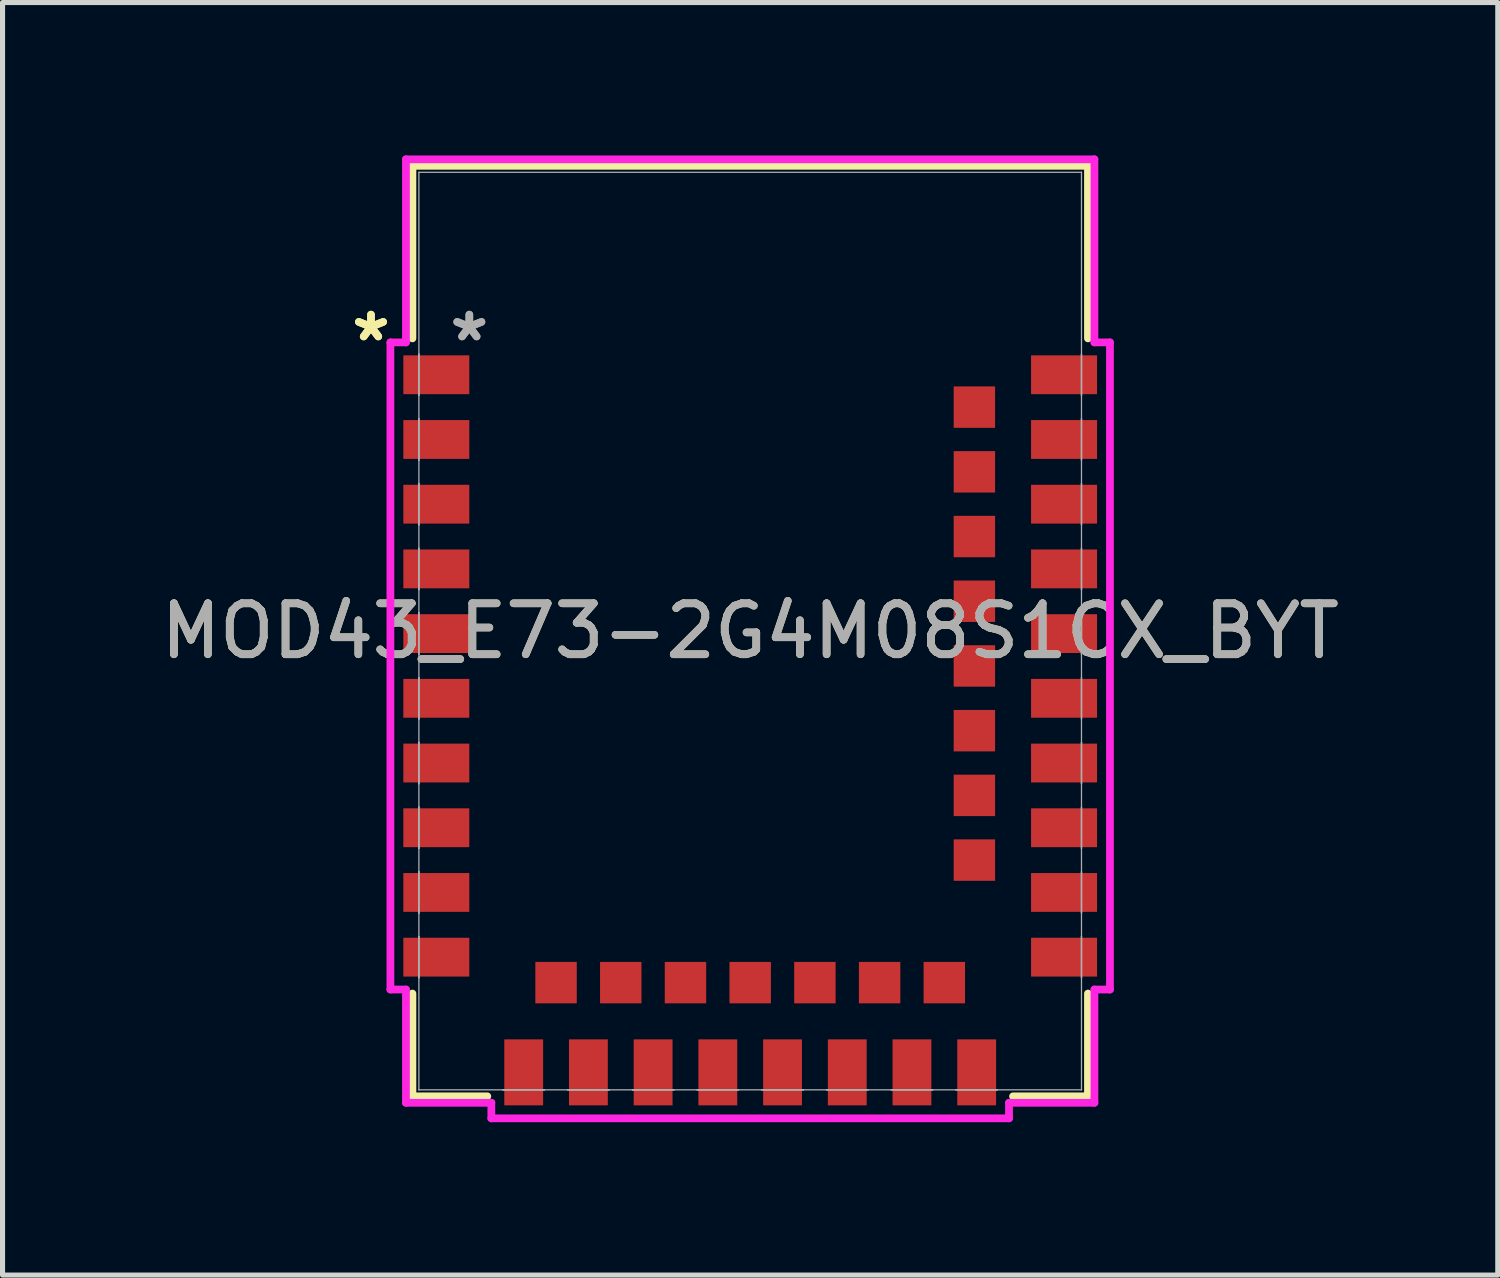
<source format=kicad_pcb>
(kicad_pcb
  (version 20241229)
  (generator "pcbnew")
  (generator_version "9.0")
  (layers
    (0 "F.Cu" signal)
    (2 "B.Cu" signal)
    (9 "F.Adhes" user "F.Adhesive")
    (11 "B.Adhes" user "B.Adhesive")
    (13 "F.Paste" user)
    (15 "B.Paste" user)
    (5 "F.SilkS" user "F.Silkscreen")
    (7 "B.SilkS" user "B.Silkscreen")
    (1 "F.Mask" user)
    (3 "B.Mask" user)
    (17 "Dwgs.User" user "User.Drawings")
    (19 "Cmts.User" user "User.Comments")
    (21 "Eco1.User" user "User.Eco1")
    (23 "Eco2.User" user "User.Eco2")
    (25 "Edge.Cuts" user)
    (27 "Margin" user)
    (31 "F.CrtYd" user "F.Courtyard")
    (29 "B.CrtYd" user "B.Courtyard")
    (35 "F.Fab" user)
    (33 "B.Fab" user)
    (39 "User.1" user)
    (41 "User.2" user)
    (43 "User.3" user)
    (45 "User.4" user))
  (footprint "MOD43_E73-2G4M08S1CX_BYT"
    (layer "F.Cu")
    (at 11.673 9.335)
    (property "Reference" "MOD43_E73-2G4M08S1CX_BYT" (at 0 0 0) (unlocked yes) (layer "F.SilkS") (effects (font (size 1 1) (thickness 0.15))))
    (attr smd)
    (fp_line (start -6.629 -9.131) (end 6.629 -9.131) (stroke (width 0.152) (type solid)) (layer "F.SilkS"))
    (fp_line (start -6.629 -5.744) (end -6.629 -9.131) (stroke (width 0.152) (type solid)) (layer "F.SilkS"))
    (fp_line (start -6.629 9.131) (end -6.629 7.114) (stroke (width 0.152) (type solid)) (layer "F.SilkS"))
    (fp_line (start -5.159 9.131) (end -6.629 9.131) (stroke (width 0.152) (type solid)) (layer "F.SilkS"))
    (fp_line (start 6.629 -9.131) (end 6.629 -5.744) (stroke (width 0.152) (type solid)) (layer "F.SilkS"))
    (fp_line (start 6.629 7.114) (end 6.629 9.131) (stroke (width 0.152) (type solid)) (layer "F.SilkS"))
    (fp_line (start 6.629 9.131) (end 5.159 9.131) (stroke (width 0.152) (type solid)) (layer "F.SilkS"))
    (fp_line (start -7.061 -5.665) (end -7.061 7.035) (stroke (width 0.152) (type solid)) (layer "F.CrtYd"))
    (fp_line (start -7.061 7.035) (end -6.756 7.035) (stroke (width 0.152) (type solid)) (layer "F.CrtYd"))
    (fp_line (start -6.756 -9.258) (end -6.756 -5.665) (stroke (width 0.152) (type solid)) (layer "F.CrtYd"))
    (fp_line (start -6.756 -5.665) (end -7.061 -5.665) (stroke (width 0.152) (type solid)) (layer "F.CrtYd"))
    (fp_line (start -6.756 7.035) (end -6.756 9.258) (stroke (width 0.152) (type solid)) (layer "F.CrtYd"))
    (fp_line (start -6.756 9.258) (end -5.08 9.258) (stroke (width 0.152) (type solid)) (layer "F.CrtYd"))
    (fp_line (start -5.08 9.258) (end -5.08 9.563) (stroke (width 0.152) (type solid)) (layer "F.CrtYd"))
    (fp_line (start -5.08 9.563) (end 5.08 9.563) (stroke (width 0.152) (type solid)) (layer "F.CrtYd"))
    (fp_line (start 5.08 9.258) (end 6.756 9.258) (stroke (width 0.152) (type solid)) (layer "F.CrtYd"))
    (fp_line (start 5.08 9.563) (end 5.08 9.258) (stroke (width 0.152) (type solid)) (layer "F.CrtYd"))
    (fp_line (start 6.756 -9.258) (end -6.756 -9.258) (stroke (width 0.152) (type solid)) (layer "F.CrtYd"))
    (fp_line (start 6.756 -5.665) (end 6.756 -9.258) (stroke (width 0.152) (type solid)) (layer "F.CrtYd"))
    (fp_line (start 6.756 7.035) (end 7.061 7.035) (stroke (width 0.152) (type solid)) (layer "F.CrtYd"))
    (fp_line (start 6.756 9.258) (end 6.756 7.035) (stroke (width 0.152) (type solid)) (layer "F.CrtYd"))
    (fp_line (start 7.061 -5.665) (end 6.756 -5.665) (stroke (width 0.152) (type solid)) (layer "F.CrtYd"))
    (fp_line (start 7.061 7.035) (end 7.061 -5.665) (stroke (width 0.152) (type solid)) (layer "F.CrtYd"))
    (fp_line (start -6.502 -9.004) (end -6.502 9.004) (stroke (width 0.025) (type solid)) (layer "F.Fab"))
    (fp_line (start -6.502 -5.436) (end -6.502 -5.436) (stroke (width 0.025) (type solid)) (layer "F.Fab"))
    (fp_line (start -6.502 -5.436) (end -6.502 -4.624) (stroke (width 0.025) (type solid)) (layer "F.Fab"))
    (fp_line (start -6.502 -4.624) (end -6.502 -5.436) (stroke (width 0.025) (type solid)) (layer "F.Fab"))
    (fp_line (start -6.502 -4.624) (end -6.502 -4.624) (stroke (width 0.025) (type solid)) (layer "F.Fab"))
    (fp_line (start -6.502 -4.166) (end -6.502 -4.166) (stroke (width 0.025) (type solid)) (layer "F.Fab"))
    (fp_line (start -6.502 -4.166) (end -6.502 -3.354) (stroke (width 0.025) (type solid)) (layer "F.Fab"))
    (fp_line (start -6.502 -3.354) (end -6.502 -4.166) (stroke (width 0.025) (type solid)) (layer "F.Fab"))
    (fp_line (start -6.502 -3.354) (end -6.502 -3.354) (stroke (width 0.025) (type solid)) (layer "F.Fab"))
    (fp_line (start -6.502 -2.896) (end -6.502 -2.896) (stroke (width 0.025) (type solid)) (layer "F.Fab"))
    (fp_line (start -6.502 -2.896) (end -6.502 -2.084) (stroke (width 0.025) (type solid)) (layer "F.Fab"))
    (fp_line (start -6.502 -2.084) (end -6.502 -2.896) (stroke (width 0.025) (type solid)) (layer "F.Fab"))
    (fp_line (start -6.502 -2.084) (end -6.502 -2.084) (stroke (width 0.025) (type solid)) (layer "F.Fab"))
    (fp_line (start -6.502 -1.626) (end -6.502 -1.626) (stroke (width 0.025) (type solid)) (layer "F.Fab"))
    (fp_line (start -6.502 -1.626) (end -6.502 -0.814) (stroke (width 0.025) (type solid)) (layer "F.Fab"))
    (fp_line (start -6.502 -0.814) (end -6.502 -1.626) (stroke (width 0.025) (type solid)) (layer "F.Fab"))
    (fp_line (start -6.502 -0.814) (end -6.502 -0.814) (stroke (width 0.025) (type solid)) (layer "F.Fab"))
    (fp_line (start -6.502 -0.356) (end -6.502 -0.356) (stroke (width 0.025) (type solid)) (layer "F.Fab"))
    (fp_line (start -6.502 -0.356) (end -6.502 0.456) (stroke (width 0.025) (type solid)) (layer "F.Fab"))
    (fp_line (start -6.502 0.456) (end -6.502 -0.356) (stroke (width 0.025) (type solid)) (layer "F.Fab"))
    (fp_line (start -6.502 0.456) (end -6.502 0.456) (stroke (width 0.025) (type solid)) (layer "F.Fab"))
    (fp_line (start -6.502 0.914) (end -6.502 0.914) (stroke (width 0.025) (type solid)) (layer "F.Fab"))
    (fp_line (start -6.502 0.914) (end -6.502 1.726) (stroke (width 0.025) (type solid)) (layer "F.Fab"))
    (fp_line (start -6.502 1.726) (end -6.502 0.914) (stroke (width 0.025) (type solid)) (layer "F.Fab"))
    (fp_line (start -6.502 1.726) (end -6.502 1.726) (stroke (width 0.025) (type solid)) (layer "F.Fab"))
    (fp_line (start -6.502 2.184) (end -6.502 2.184) (stroke (width 0.025) (type solid)) (layer "F.Fab"))
    (fp_line (start -6.502 2.184) (end -6.502 2.996) (stroke (width 0.025) (type solid)) (layer "F.Fab"))
    (fp_line (start -6.502 2.996) (end -6.502 2.184) (stroke (width 0.025) (type solid)) (layer "F.Fab"))
    (fp_line (start -6.502 2.996) (end -6.502 2.996) (stroke (width 0.025) (type solid)) (layer "F.Fab"))
    (fp_line (start -6.502 3.454) (end -6.502 3.454) (stroke (width 0.025) (type solid)) (layer "F.Fab"))
    (fp_line (start -6.502 3.454) (end -6.502 4.266) (stroke (width 0.025) (type solid)) (layer "F.Fab"))
    (fp_line (start -6.502 4.266) (end -6.502 3.454) (stroke (width 0.025) (type solid)) (layer "F.Fab"))
    (fp_line (start -6.502 4.266) (end -6.502 4.266) (stroke (width 0.025) (type solid)) (layer "F.Fab"))
    (fp_line (start -6.502 4.724) (end -6.502 4.724) (stroke (width 0.025) (type solid)) (layer "F.Fab"))
    (fp_line (start -6.502 4.724) (end -6.502 5.536) (stroke (width 0.025) (type solid)) (layer "F.Fab"))
    (fp_line (start -6.502 5.536) (end -6.502 4.724) (stroke (width 0.025) (type solid)) (layer "F.Fab"))
    (fp_line (start -6.502 5.536) (end -6.502 5.536) (stroke (width 0.025) (type solid)) (layer "F.Fab"))
    (fp_line (start -6.502 5.994) (end -6.502 5.994) (stroke (width 0.025) (type solid)) (layer "F.Fab"))
    (fp_line (start -6.502 5.994) (end -6.502 6.806) (stroke (width 0.025) (type solid)) (layer "F.Fab"))
    (fp_line (start -6.502 6.806) (end -6.502 5.994) (stroke (width 0.025) (type solid)) (layer "F.Fab"))
    (fp_line (start -6.502 6.806) (end -6.502 6.806) (stroke (width 0.025) (type solid)) (layer "F.Fab"))
    (fp_line (start -6.502 9.004) (end -6.502 9.004) (stroke (width 0.025) (type solid)) (layer "F.Fab"))
    (fp_line (start -6.502 9.004) (end 6.502 9.004) (stroke (width 0.025) (type solid)) (layer "F.Fab"))
    (fp_line (start -4.851 9.004) (end -4.851 9.004) (stroke (width 0.025) (type solid)) (layer "F.Fab"))
    (fp_line (start -4.851 9.004) (end -4.039 9.004) (stroke (width 0.025) (type solid)) (layer "F.Fab"))
    (fp_line (start -4.039 9.004) (end -4.851 9.004) (stroke (width 0.025) (type solid)) (layer "F.Fab"))
    (fp_line (start -4.039 9.004) (end -4.039 9.004) (stroke (width 0.025) (type solid)) (layer "F.Fab"))
    (fp_line (start -3.581 9.004) (end -3.581 9.004) (stroke (width 0.025) (type solid)) (layer "F.Fab"))
    (fp_line (start -3.581 9.004) (end -2.769 9.004) (stroke (width 0.025) (type solid)) (layer "F.Fab"))
    (fp_line (start -2.769 9.004) (end -3.581 9.004) (stroke (width 0.025) (type solid)) (layer "F.Fab"))
    (fp_line (start -2.769 9.004) (end -2.769 9.004) (stroke (width 0.025) (type solid)) (layer "F.Fab"))
    (fp_line (start -2.311 9.004) (end -2.311 9.004) (stroke (width 0.025) (type solid)) (layer "F.Fab"))
    (fp_line (start -2.311 9.004) (end -1.499 9.004) (stroke (width 0.025) (type solid)) (layer "F.Fab"))
    (fp_line (start -1.499 9.004) (end -2.311 9.004) (stroke (width 0.025) (type solid)) (layer "F.Fab"))
    (fp_line (start -1.499 9.004) (end -1.499 9.004) (stroke (width 0.025) (type solid)) (layer "F.Fab"))
    (fp_line (start -1.041 9.004) (end -1.041 9.004) (stroke (width 0.025) (type solid)) (layer "F.Fab"))
    (fp_line (start -1.041 9.004) (end -0.229 9.004) (stroke (width 0.025) (type solid)) (layer "F.Fab"))
    (fp_line (start -0.229 9.004) (end -1.041 9.004) (stroke (width 0.025) (type solid)) (layer "F.Fab"))
    (fp_line (start -0.229 9.004) (end -0.229 9.004) (stroke (width 0.025) (type solid)) (layer "F.Fab"))
    (fp_line (start 0.229 9.004) (end 0.229 9.004) (stroke (width 0.025) (type solid)) (layer "F.Fab"))
    (fp_line (start 0.229 9.004) (end 1.041 9.004) (stroke (width 0.025) (type solid)) (layer "F.Fab"))
    (fp_line (start 1.041 9.004) (end 0.229 9.004) (stroke (width 0.025) (type solid)) (layer "F.Fab"))
    (fp_line (start 1.041 9.004) (end 1.041 9.004) (stroke (width 0.025) (type solid)) (layer "F.Fab"))
    (fp_line (start 1.499 9.004) (end 1.499 9.004) (stroke (width 0.025) (type solid)) (layer "F.Fab"))
    (fp_line (start 1.499 9.004) (end 2.311 9.004) (stroke (width 0.025) (type solid)) (layer "F.Fab"))
    (fp_line (start 2.311 9.004) (end 1.499 9.004) (stroke (width 0.025) (type solid)) (layer "F.Fab"))
    (fp_line (start 2.311 9.004) (end 2.311 9.004) (stroke (width 0.025) (type solid)) (layer "F.Fab"))
    (fp_line (start 2.769 9.004) (end 2.769 9.004) (stroke (width 0.025) (type solid)) (layer "F.Fab"))
    (fp_line (start 2.769 9.004) (end 3.581 9.004) (stroke (width 0.025) (type solid)) (layer "F.Fab"))
    (fp_line (start 3.581 9.004) (end 2.769 9.004) (stroke (width 0.025) (type solid)) (layer "F.Fab"))
    (fp_line (start 3.581 9.004) (end 3.581 9.004) (stroke (width 0.025) (type solid)) (layer "F.Fab"))
    (fp_line (start 4.039 9.004) (end 4.039 9.004) (stroke (width 0.025) (type solid)) (layer "F.Fab"))
    (fp_line (start 4.039 9.004) (end 4.851 9.004) (stroke (width 0.025) (type solid)) (layer "F.Fab"))
    (fp_line (start 4.851 9.004) (end 4.039 9.004) (stroke (width 0.025) (type solid)) (layer "F.Fab"))
    (fp_line (start 4.851 9.004) (end 4.851 9.004) (stroke (width 0.025) (type solid)) (layer "F.Fab"))
    (fp_line (start 6.502 -9.004) (end -6.502 -9.004) (stroke (width 0.025) (type solid)) (layer "F.Fab"))
    (fp_line (start 6.502 -9.004) (end 6.502 -9.004) (stroke (width 0.025) (type solid)) (layer "F.Fab"))
    (fp_line (start 6.502 -5.436) (end 6.502 -5.436) (stroke (width 0.025) (type solid)) (layer "F.Fab"))
    (fp_line (start 6.502 -5.436) (end 6.502 -4.624) (stroke (width 0.025) (type solid)) (layer "F.Fab"))
    (fp_line (start 6.502 -4.624) (end 6.502 -5.436) (stroke (width 0.025) (type solid)) (layer "F.Fab"))
    (fp_line (start 6.502 -4.624) (end 6.502 -4.624) (stroke (width 0.025) (type solid)) (layer "F.Fab"))
    (fp_line (start 6.502 -4.166) (end 6.502 -4.166) (stroke (width 0.025) (type solid)) (layer "F.Fab"))
    (fp_line (start 6.502 -4.166) (end 6.502 -3.354) (stroke (width 0.025) (type solid)) (layer "F.Fab"))
    (fp_line (start 6.502 -3.354) (end 6.502 -4.166) (stroke (width 0.025) (type solid)) (layer "F.Fab"))
    (fp_line (start 6.502 -3.354) (end 6.502 -3.354) (stroke (width 0.025) (type solid)) (layer "F.Fab"))
    (fp_line (start 6.502 -2.896) (end 6.502 -2.896) (stroke (width 0.025) (type solid)) (layer "F.Fab"))
    (fp_line (start 6.502 -2.896) (end 6.502 -2.084) (stroke (width 0.025) (type solid)) (layer "F.Fab"))
    (fp_line (start 6.502 -2.084) (end 6.502 -2.896) (stroke (width 0.025) (type solid)) (layer "F.Fab"))
    (fp_line (start 6.502 -2.084) (end 6.502 -2.084) (stroke (width 0.025) (type solid)) (layer "F.Fab"))
    (fp_line (start 6.502 -1.626) (end 6.502 -1.626) (stroke (width 0.025) (type solid)) (layer "F.Fab"))
    (fp_line (start 6.502 -1.626) (end 6.502 -0.814) (stroke (width 0.025) (type solid)) (layer "F.Fab"))
    (fp_line (start 6.502 -0.814) (end 6.502 -1.626) (stroke (width 0.025) (type solid)) (layer "F.Fab"))
    (fp_line (start 6.502 -0.814) (end 6.502 -0.814) (stroke (width 0.025) (type solid)) (layer "F.Fab"))
    (fp_line (start 6.502 -0.356) (end 6.502 -0.356) (stroke (width 0.025) (type solid)) (layer "F.Fab"))
    (fp_line (start 6.502 -0.356) (end 6.502 0.456) (stroke (width 0.025) (type solid)) (layer "F.Fab"))
    (fp_line (start 6.502 0.456) (end 6.502 -0.356) (stroke (width 0.025) (type solid)) (layer "F.Fab"))
    (fp_line (start 6.502 0.456) (end 6.502 0.456) (stroke (width 0.025) (type solid)) (layer "F.Fab"))
    (fp_line (start 6.502 0.914) (end 6.502 0.914) (stroke (width 0.025) (type solid)) (layer "F.Fab"))
    (fp_line (start 6.502 0.914) (end 6.502 1.726) (stroke (width 0.025) (type solid)) (layer "F.Fab"))
    (fp_line (start 6.502 1.726) (end 6.502 0.914) (stroke (width 0.025) (type solid)) (layer "F.Fab"))
    (fp_line (start 6.502 1.726) (end 6.502 1.726) (stroke (width 0.025) (type solid)) (layer "F.Fab"))
    (fp_line (start 6.502 2.184) (end 6.502 2.184) (stroke (width 0.025) (type solid)) (layer "F.Fab"))
    (fp_line (start 6.502 2.184) (end 6.502 2.996) (stroke (width 0.025) (type solid)) (layer "F.Fab"))
    (fp_line (start 6.502 2.996) (end 6.502 2.184) (stroke (width 0.025) (type solid)) (layer "F.Fab"))
    (fp_line (start 6.502 2.996) (end 6.502 2.996) (stroke (width 0.025) (type solid)) (layer "F.Fab"))
    (fp_line (start 6.502 3.454) (end 6.502 3.454) (stroke (width 0.025) (type solid)) (layer "F.Fab"))
    (fp_line (start 6.502 3.454) (end 6.502 4.266) (stroke (width 0.025) (type solid)) (layer "F.Fab"))
    (fp_line (start 6.502 4.266) (end 6.502 3.454) (stroke (width 0.025) (type solid)) (layer "F.Fab"))
    (fp_line (start 6.502 4.266) (end 6.502 4.266) (stroke (width 0.025) (type solid)) (layer "F.Fab"))
    (fp_line (start 6.502 4.724) (end 6.502 4.724) (stroke (width 0.025) (type solid)) (layer "F.Fab"))
    (fp_line (start 6.502 4.724) (end 6.502 5.536) (stroke (width 0.025) (type solid)) (layer "F.Fab"))
    (fp_line (start 6.502 5.536) (end 6.502 4.724) (stroke (width 0.025) (type solid)) (layer "F.Fab"))
    (fp_line (start 6.502 5.536) (end 6.502 5.536) (stroke (width 0.025) (type solid)) (layer "F.Fab"))
    (fp_line (start 6.502 5.994) (end 6.502 5.994) (stroke (width 0.025) (type solid)) (layer "F.Fab"))
    (fp_line (start 6.502 5.994) (end 6.502 6.806) (stroke (width 0.025) (type solid)) (layer "F.Fab"))
    (fp_line (start 6.502 6.806) (end 6.502 5.994) (stroke (width 0.025) (type solid)) (layer "F.Fab"))
    (fp_line (start 6.502 6.806) (end 6.502 6.806) (stroke (width 0.025) (type solid)) (layer "F.Fab"))
    (fp_line (start 6.502 9.004) (end 6.502 -9.004) (stroke (width 0.025) (type solid)) (layer "F.Fab"))
    (fp_line (start 6.502 9.004) (end 6.502 9.004) (stroke (width 0.025) (type solid)) (layer "F.Fab"))
    (fp_text user "*" (at -7.442 -5.665 0) (layer "F.SilkS") (effects (font (size 1 1) (thickness 0.15))))
    (fp_text user "*" (at -7.442 -5.665 0) (unlocked yes) (layer "F.SilkS") (effects (font (size 1 1) (thickness 0.15))))
    (fp_text user "*" (at -5.512 -5.665 0) (unlocked yes) (layer "F.Fab") (effects (font (size 1 1) (thickness 0.15))))
    (fp_text user "*" (at -5.512 -5.665 0) (layer "F.Fab") (effects (font (size 1 1) (thickness 0.15))))
    (fp_text user "${REFERENCE}" (at 0 0 0) (unlocked yes) (layer "F.Fab") (effects (font (size 1 1) (thickness 0.15))))
    (pad "1" smd rect (at -6.16 -5.03 90) (size 0.762 1.295) (layers "F.Cu" "F.Mask" "F.Paste"))
    (pad "2" smd rect (at -6.16 -3.76 90) (size 0.762 1.295) (layers "F.Cu" "F.Mask" "F.Paste"))
    (pad "3" smd rect (at -6.16 -2.49 90) (size 0.762 1.295) (layers "F.Cu" "F.Mask" "F.Paste"))
    (pad "4" smd rect (at -6.16 -1.22 90) (size 0.762 1.295) (layers "F.Cu" "F.Mask" "F.Paste"))
    (pad "5" smd rect (at -6.16 0.05 90) (size 0.762 1.295) (layers "F.Cu" "F.Mask" "F.Paste"))
    (pad "6" smd rect (at -6.16 1.32 90) (size 0.762 1.295) (layers "F.Cu" "F.Mask" "F.Paste"))
    (pad "7" smd rect (at -6.16 2.59 90) (size 0.762 1.295) (layers "F.Cu" "F.Mask" "F.Paste"))
    (pad "8" smd rect (at -6.16 3.86 90) (size 0.762 1.295) (layers "F.Cu" "F.Mask" "F.Paste"))
    (pad "9" smd rect (at -6.16 5.13 90) (size 0.762 1.295) (layers "F.Cu" "F.Mask" "F.Paste"))
    (pad "10" smd rect (at -6.16 6.4 90) (size 0.762 1.295) (layers "F.Cu" "F.Mask" "F.Paste"))
    (pad "11" smd rect (at -4.445 8.661) (size 0.762 1.295) (layers "F.Cu" "F.Mask" "F.Paste"))
    (pad "12" smd rect (at -3.81 6.9) (size 0.813 0.813) (layers "F.Cu" "F.Mask" "F.Paste"))
    (pad "13" smd rect (at -3.175 8.661) (size 0.762 1.295) (layers "F.Cu" "F.Mask" "F.Paste"))
    (pad "14" smd rect (at -2.54 6.9) (size 0.813 0.813) (layers "F.Cu" "F.Mask" "F.Paste"))
    (pad "15" smd rect (at -1.905 8.661) (size 0.762 1.295) (layers "F.Cu" "F.Mask" "F.Paste"))
    (pad "16" smd rect (at -1.27 6.9) (size 0.813 0.813) (layers "F.Cu" "F.Mask" "F.Paste"))
    (pad "17" smd rect (at -0.635 8.661) (size 0.762 1.295) (layers "F.Cu" "F.Mask" "F.Paste"))
    (pad "18" smd rect (at 0 6.9) (size 0.813 0.813) (layers "F.Cu" "F.Mask" "F.Paste"))
    (pad "19" smd rect (at 0.635 8.661) (size 0.762 1.295) (layers "F.Cu" "F.Mask" "F.Paste"))
    (pad "20" smd rect (at 1.27 6.9) (size 0.813 0.813) (layers "F.Cu" "F.Mask" "F.Paste"))
    (pad "21" smd rect (at 1.905 8.661) (size 0.762 1.295) (layers "F.Cu" "F.Mask" "F.Paste"))
    (pad "22" smd rect (at 2.54 6.9) (size 0.813 0.813) (layers "F.Cu" "F.Mask" "F.Paste"))
    (pad "23" smd rect (at 3.175 8.661) (size 0.762 1.295) (layers "F.Cu" "F.Mask" "F.Paste"))
    (pad "24" smd rect (at 3.81 6.9) (size 0.813 0.813) (layers "F.Cu" "F.Mask" "F.Paste"))
    (pad "25" smd rect (at 4.445 8.661) (size 0.762 1.295) (layers "F.Cu" "F.Mask" "F.Paste"))
    (pad "26" smd rect (at 6.16 6.4 90) (size 0.762 1.295) (layers "F.Cu" "F.Mask" "F.Paste"))
    (pad "27" smd rect (at 6.16 5.13 90) (size 0.762 1.295) (layers "F.Cu" "F.Mask" "F.Paste"))
    (pad "28" smd rect (at 4.4 4.495 90) (size 0.813 0.813) (layers "F.Cu" "F.Mask" "F.Paste"))
    (pad "29" smd rect (at 6.16 3.86 90) (size 0.762 1.295) (layers "F.Cu" "F.Mask" "F.Paste"))
    (pad "30" smd rect (at 4.4 3.225 90) (size 0.813 0.813) (layers "F.Cu" "F.Mask" "F.Paste"))
    (pad "31" smd rect (at 6.16 2.59 90) (size 0.762 1.295) (layers "F.Cu" "F.Mask" "F.Paste"))
    (pad "32" smd rect (at 4.4 1.955 90) (size 0.813 0.813) (layers "F.Cu" "F.Mask" "F.Paste"))
    (pad "33" smd rect (at 6.16 1.32 90) (size 0.762 1.295) (layers "F.Cu" "F.Mask" "F.Paste"))
    (pad "34" smd rect (at 4.4 0.685 90) (size 0.813 0.813) (layers "F.Cu" "F.Mask" "F.Paste"))
    (pad "35" smd rect (at 6.16 0.05 90) (size 0.762 1.295) (layers "F.Cu" "F.Mask" "F.Paste"))
    (pad "36" smd rect (at 4.4 -0.585 90) (size 0.813 0.813) (layers "F.Cu" "F.Mask" "F.Paste"))
    (pad "37" smd rect (at 6.16 -1.22 90) (size 0.762 1.295) (layers "F.Cu" "F.Mask" "F.Paste"))
    (pad "38" smd rect (at 4.4 -1.855 90) (size 0.813 0.813) (layers "F.Cu" "F.Mask" "F.Paste"))
    (pad "39" smd rect (at 6.16 -2.49 90) (size 0.762 1.295) (layers "F.Cu" "F.Mask" "F.Paste"))
    (pad "40" smd rect (at 4.4 -3.125 90) (size 0.813 0.813) (layers "F.Cu" "F.Mask" "F.Paste"))
    (pad "41" smd rect (at 6.16 -3.76 90) (size 0.762 1.295) (layers "F.Cu" "F.Mask" "F.Paste"))
    (pad "42" smd rect (at 4.4 -4.395 90) (size 0.813 0.813) (layers "F.Cu" "F.Mask" "F.Paste"))
    (pad "43" smd rect (at 6.16 -5.03 90) (size 0.762 1.295) (layers "F.Cu" "F.Mask" "F.Paste")))
  (gr_rect
    (start -3 -3)
    (end 26.345 21.974)
    (stroke (width 0.1) (type default))
    (fill no)
    (layer "Edge.Cuts")))
</source>
